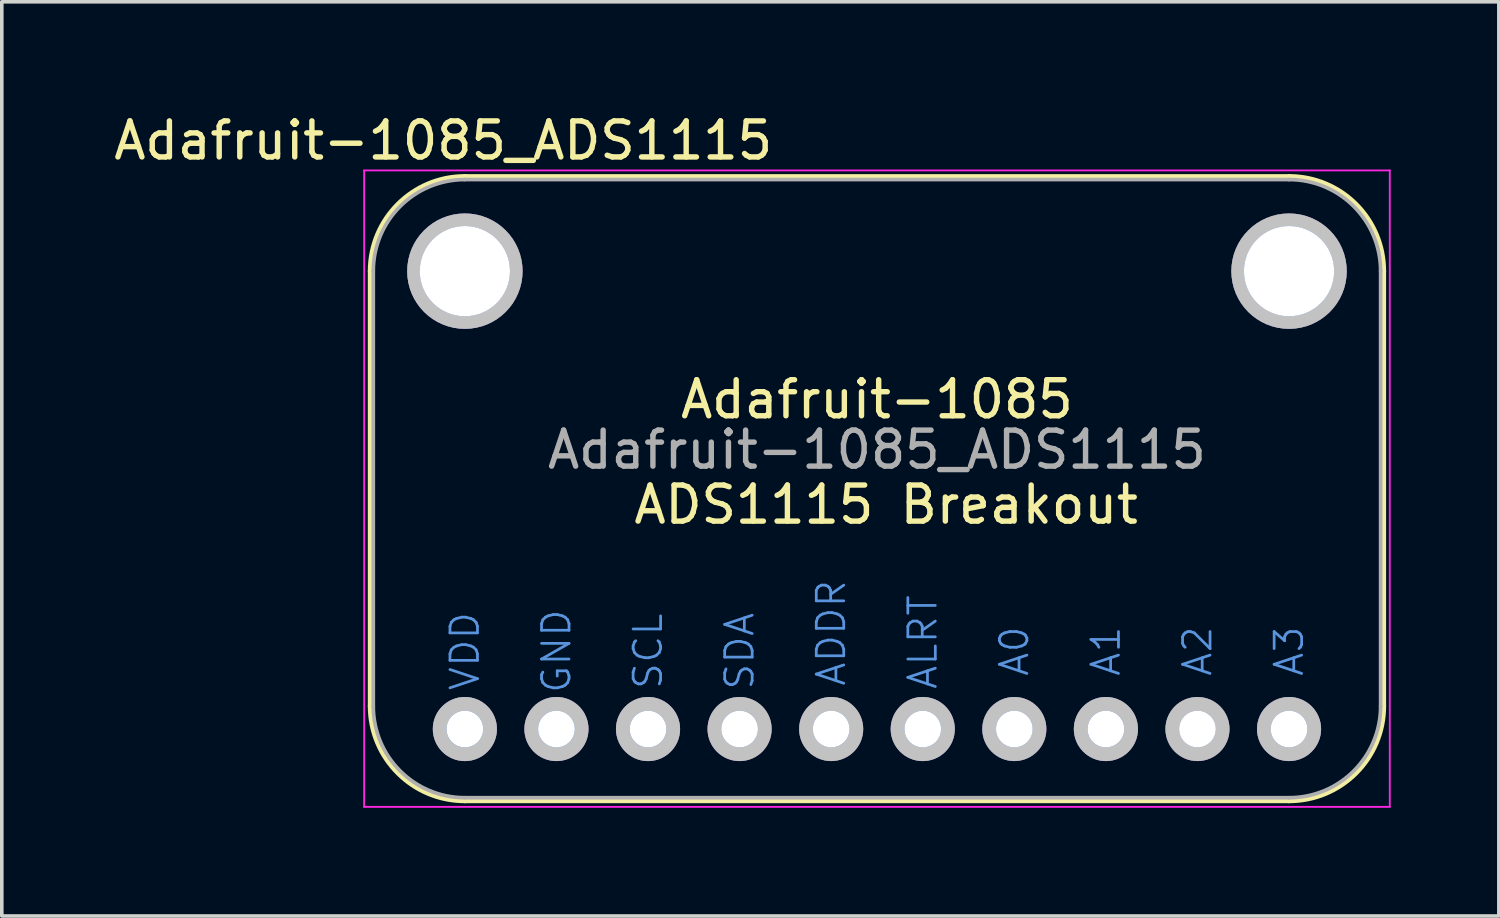
<source format=kicad_pcb>
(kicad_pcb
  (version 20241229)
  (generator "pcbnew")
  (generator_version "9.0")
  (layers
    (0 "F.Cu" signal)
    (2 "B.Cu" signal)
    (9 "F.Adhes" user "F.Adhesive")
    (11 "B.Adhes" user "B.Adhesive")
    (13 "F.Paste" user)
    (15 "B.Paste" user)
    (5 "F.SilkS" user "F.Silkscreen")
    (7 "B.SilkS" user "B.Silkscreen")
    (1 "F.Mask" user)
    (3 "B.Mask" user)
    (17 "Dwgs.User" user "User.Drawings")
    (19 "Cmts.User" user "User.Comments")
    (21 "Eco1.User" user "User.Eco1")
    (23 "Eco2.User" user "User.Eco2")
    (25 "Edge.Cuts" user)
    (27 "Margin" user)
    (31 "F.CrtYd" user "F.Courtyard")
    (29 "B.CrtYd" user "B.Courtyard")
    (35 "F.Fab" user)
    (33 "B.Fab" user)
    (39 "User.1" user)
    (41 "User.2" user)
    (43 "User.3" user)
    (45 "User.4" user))
  (footprint "Adafruit-1085_ADS1115"
    (layer "F.Cu")
    (at 9.844 17.171)
    (property "Reference" "Adafruit-1085_ADS1115" (at 11.43 -7.747 0) (layer "F.Fab") (effects (font (size 1 1) (thickness 0.15))))
    (attr through_hole)
    (fp_line (start -2.616 -12.7) (end -2.616 -0.635) (stroke (width 0.152) (type solid)) (layer "F.SilkS"))
    (fp_line (start 0 -15.316) (end 22.86 -15.316) (stroke (width 0.152) (type solid)) (layer "F.SilkS"))
    (fp_line (start 0 1.981) (end 22.86 1.981) (stroke (width 0.152) (type solid)) (layer "F.SilkS"))
    (fp_line (start 25.476 -12.7) (end 25.476 -0.635) (stroke (width 0.152) (type solid)) (layer "F.SilkS"))
    (fp_arc (start -2.6162 -12.7) (mid -1.849933 -14.549933) (end 0 -15.3162) (stroke (width 0.1524) (type solid)) (layer "F.SilkS"))
    (fp_arc (start 0 1.9812) (mid -1.849933 1.214933) (end -2.6162 -0.635) (stroke (width 0.1524) (type solid)) (layer "F.SilkS"))
    (fp_arc (start 22.86 -15.3162) (mid 24.709933 -14.549933) (end 25.4762 -12.7) (stroke (width 0.1524) (type solid)) (layer "F.SilkS"))
    (fp_arc (start 25.4762 -0.635) (mid 24.709933 1.214933) (end 22.86 1.9812) (stroke (width 0.1524) (type solid)) (layer "F.SilkS"))
    (fp_circle (center 0 -12.7) (end 1.425 -12.7) (stroke (width 0.351) (type solid)) (fill no) (layer "Dwgs.User"))
    (fp_circle (center 0 0) (end 0.699 0) (stroke (width 0.381) (type solid)) (fill no) (layer "Dwgs.User"))
    (fp_circle (center 2.54 0) (end 3.239 0) (stroke (width 0.381) (type solid)) (fill no) (layer "Dwgs.User"))
    (fp_circle (center 5.08 0) (end 5.779 0) (stroke (width 0.381) (type solid)) (fill no) (layer "Dwgs.User"))
    (fp_circle (center 7.62 0) (end 8.319 0) (stroke (width 0.381) (type solid)) (fill no) (layer "Dwgs.User"))
    (fp_circle (center 10.16 0) (end 10.858 0) (stroke (width 0.381) (type solid)) (fill no) (layer "Dwgs.User"))
    (fp_circle (center 12.7 0) (end 13.399 0) (stroke (width 0.381) (type solid)) (fill no) (layer "Dwgs.User"))
    (fp_circle (center 15.24 0) (end 15.938 0) (stroke (width 0.381) (type solid)) (fill no) (layer "Dwgs.User"))
    (fp_circle (center 17.78 0) (end 18.479 0) (stroke (width 0.381) (type solid)) (fill no) (layer "Dwgs.User"))
    (fp_circle (center 20.32 0) (end 21.018 0) (stroke (width 0.381) (type solid)) (fill no) (layer "Dwgs.User"))
    (fp_circle (center 22.86 -12.7) (end 24.285 -12.7) (stroke (width 0.351) (type solid)) (fill no) (layer "Dwgs.User"))
    (fp_circle (center 22.86 0) (end 23.558 0) (stroke (width 0.381) (type solid)) (fill no) (layer "Dwgs.User"))
    (fp_line (start -2.794 -15.494) (end 25.654 -15.494) (stroke (width 0.051) (type solid)) (layer "F.CrtYd"))
    (fp_line (start -2.794 2.159) (end -2.794 -15.494) (stroke (width 0.051) (type solid)) (layer "F.CrtYd"))
    (fp_line (start 25.654 -15.494) (end 25.654 2.159) (stroke (width 0.051) (type solid)) (layer "F.CrtYd"))
    (fp_line (start 25.654 2.159) (end -2.794 2.159) (stroke (width 0.051) (type solid)) (layer "F.CrtYd"))
    (fp_line (start -2.54 -12.7) (end -2.54 -0.635) (stroke (width 0.102) (type solid)) (layer "F.Fab"))
    (fp_line (start 0 -15.24) (end 22.86 -15.24) (stroke (width 0.102) (type solid)) (layer "F.Fab"))
    (fp_line (start 0 1.905) (end 22.86 1.905) (stroke (width 0.102) (type solid)) (layer "F.Fab"))
    (fp_line (start 25.4 -12.7) (end 25.4 -0.635) (stroke (width 0.102) (type solid)) (layer "F.Fab"))
    (fp_arc (start -2.54 -12.7) (mid -1.796051 -14.496051) (end 0 -15.24) (stroke (width 0.1016) (type solid)) (layer "F.Fab"))
    (fp_arc (start 0 1.905) (mid -1.796051 1.161051) (end -2.54 -0.635) (stroke (width 0.1016) (type solid)) (layer "F.Fab"))
    (fp_arc (start 22.86 -15.24) (mid 24.656051 -14.496051) (end 25.4 -12.7) (stroke (width 0.1016) (type solid)) (layer "F.Fab"))
    (fp_arc (start 25.4 -0.635) (mid 24.656051 1.161051) (end 22.86 1.905) (stroke (width 0.1016) (type solid)) (layer "F.Fab"))
    (fp_text user "${REFERENCE}" (at -0.6 -16.323 0) (layer "F.SilkS") (effects (font (size 1 1) (thickness 0.15))))
    (fp_text user "ADS1115 Breakout" (at 11.684 -6.223 0) (layer "F.SilkS") (effects (font (size 1 1) (thickness 0.15))))
    (fp_text user "Adafruit-1085" (at 11.43 -9.144 0) (layer "F.SilkS") (effects (font (size 1 1) (thickness 0.15))))
    (fp_text user "A2" (at 20.32 -2.159 90) (layer "Cmts.User") (effects (font (size 0.762 0.762) (thickness 0.076))))
    (fp_text user "A0" (at 15.24 -2.159 90) (layer "Cmts.User") (effects (font (size 0.762 0.762) (thickness 0.076))))
    (fp_text user "A1" (at 17.78 -2.159 90) (layer "Cmts.User") (effects (font (size 0.762 0.762) (thickness 0.076))))
    (fp_text user "ALRT" (at 12.7 -2.413 90) (layer "Cmts.User") (effects (font (size 0.762 0.762) (thickness 0.076))))
    (fp_text user "GND" (at 2.54 -2.159 90) (layer "Cmts.User") (effects (font (size 0.762 0.762) (thickness 0.076))))
    (fp_text user "VDD" (at 0 -2.159 90) (layer "Cmts.User") (effects (font (size 0.762 0.762) (thickness 0.076))))
    (fp_text user "ADDR" (at 10.16 -2.667 90) (layer "Cmts.User") (effects (font (size 0.762 0.762) (thickness 0.076))))
    (fp_text user "SCL" (at 5.08 -2.159 90) (layer "Cmts.User") (effects (font (size 0.762 0.762) (thickness 0.076))))
    (fp_text user "A3" (at 22.86 -2.159 90) (layer "Cmts.User") (effects (font (size 0.762 0.762) (thickness 0.076))))
    (fp_text user "SDA" (at 7.62 -2.159 90) (layer "Cmts.User") (effects (font (size 0.762 0.762) (thickness 0.076))))
    (fp_text user "${REFERENCE}" (at 3.81 -12.827 0) (layer "Eco1.User") (effects (font (size 0.5 0.5) (thickness 0.05))))
    (pad "1" thru_hole circle (at 0 0) (size 1.778 1.778) (drill 1.016) (layers "*.Cu" "*.Mask"))
    (pad "2" thru_hole circle (at 2.54 0) (size 1.778 1.778) (drill 1.016) (layers "*.Cu" "*.Mask"))
    (pad "3" thru_hole circle (at 5.08 0) (size 1.778 1.778) (drill 1.016) (layers "*.Cu" "*.Mask"))
    (pad "4" thru_hole circle (at 7.62 0) (size 1.778 1.778) (drill 1.016) (layers "*.Cu" "*.Mask"))
    (pad "5" thru_hole circle (at 10.16 0) (size 1.778 1.778) (drill 1.016) (layers "*.Cu" "*.Mask"))
    (pad "6" thru_hole circle (at 12.7 0) (size 1.778 1.778) (drill 1.016) (layers "*.Cu" "*.Mask"))
    (pad "7" thru_hole circle (at 15.24 0) (size 1.778 1.778) (drill 1.016) (layers "*.Cu" "*.Mask"))
    (pad "8" thru_hole circle (at 17.78 0) (size 1.778 1.778) (drill 1.016) (layers "*.Cu" "*.Mask"))
    (pad "9" thru_hole circle (at 20.32 0) (size 1.778 1.778) (drill 1.016) (layers "*.Cu" "*.Mask"))
    (pad "10" thru_hole circle (at 22.86 0) (size 1.778 1.778) (drill 1.016) (layers "*.Cu" "*.Mask"))
    (pad "H1" thru_hole circle (at 22.86 -12.7) (size 3.2 3.2) (drill 2.502) (layers "*.Cu" "*.Mask"))
    (pad "H2" thru_hole circle (at 0 -12.7) (size 3.2 3.2) (drill 2.502) (layers "*.Cu" "*.Mask")))
  (gr_rect
    (start -3 -3)
    (end 38.523 22.356)
    (stroke (width 0.1) (type default))
    (fill no)
    (layer "Edge.Cuts")))
</source>
